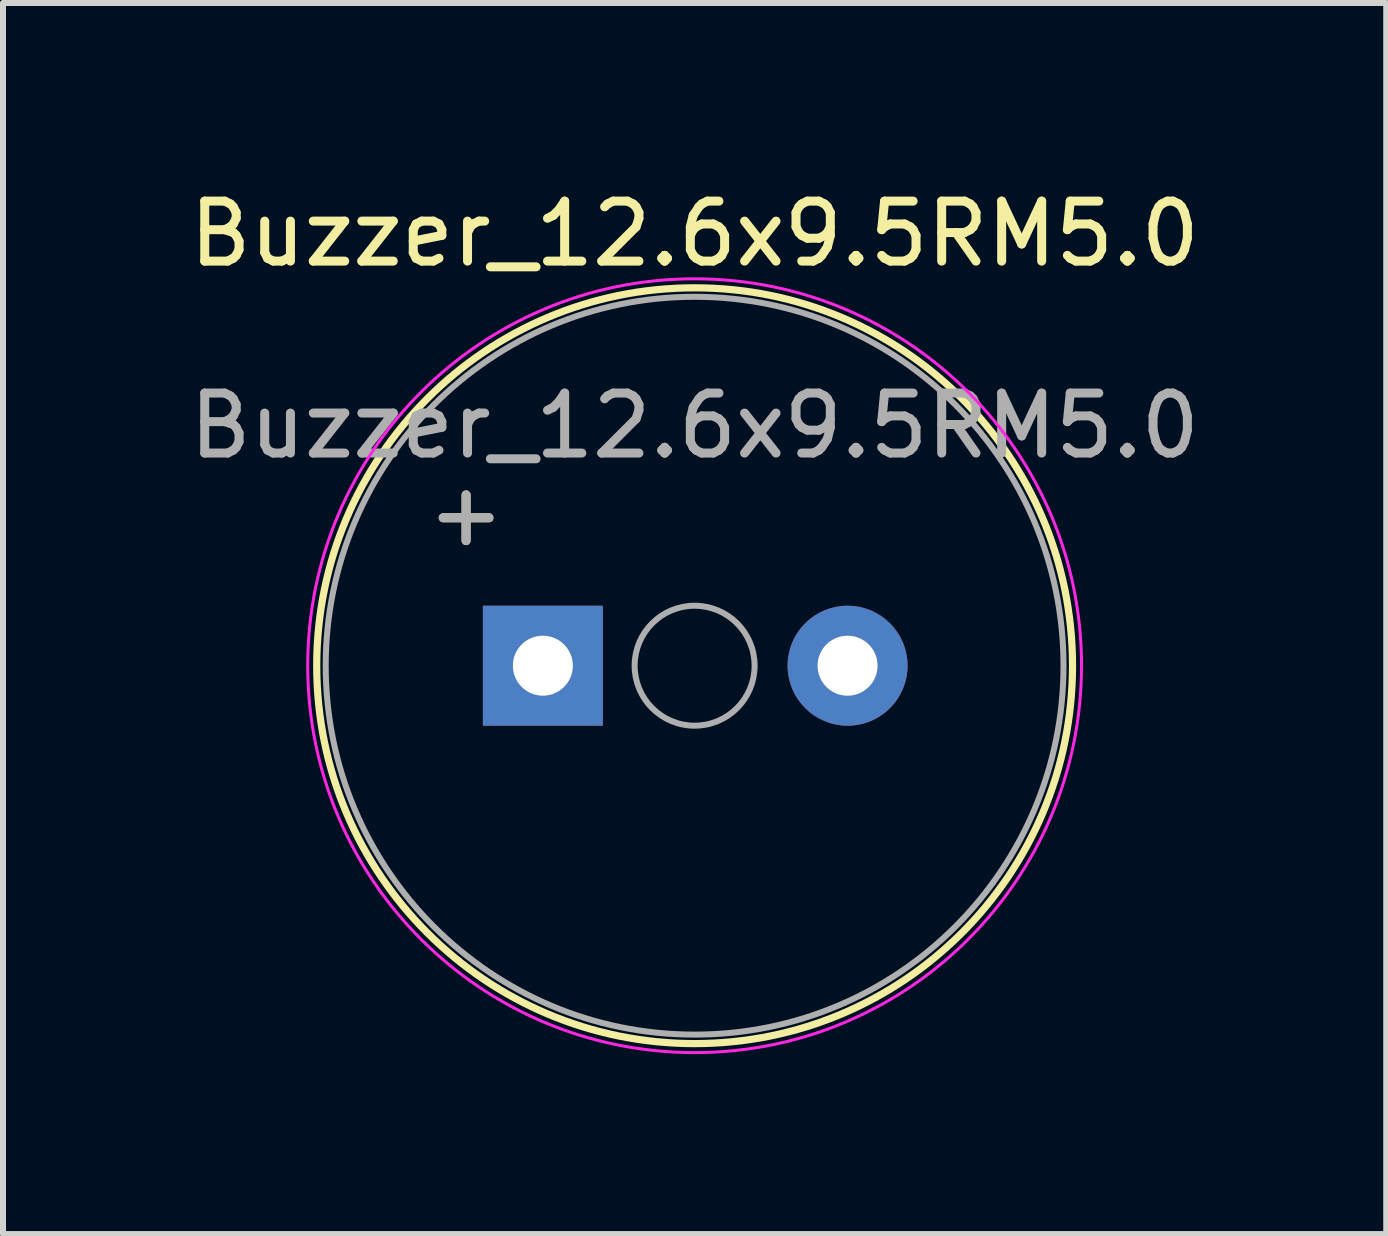
<source format=kicad_pcb>
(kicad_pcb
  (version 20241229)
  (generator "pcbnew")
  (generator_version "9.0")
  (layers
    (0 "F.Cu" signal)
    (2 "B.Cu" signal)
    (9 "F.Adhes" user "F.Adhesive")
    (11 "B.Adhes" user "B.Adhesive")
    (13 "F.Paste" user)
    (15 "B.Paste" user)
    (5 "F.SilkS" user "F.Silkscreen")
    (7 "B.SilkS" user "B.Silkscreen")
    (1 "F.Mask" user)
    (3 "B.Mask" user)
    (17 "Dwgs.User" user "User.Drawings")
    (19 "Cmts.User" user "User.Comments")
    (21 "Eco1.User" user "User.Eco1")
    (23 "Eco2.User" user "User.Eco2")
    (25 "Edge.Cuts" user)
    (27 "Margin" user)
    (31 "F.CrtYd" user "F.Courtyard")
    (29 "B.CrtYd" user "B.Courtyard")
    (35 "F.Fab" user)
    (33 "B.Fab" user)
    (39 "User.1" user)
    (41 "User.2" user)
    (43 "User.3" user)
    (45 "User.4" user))
  (footprint "Buzzer_12.6x9.5RM5.0"
    (layer "F.Cu")
    (at 4.73 8.048)
    (property "Reference" "Buzzer_12.6x9.5RM5.0" (at 3.8 -7.2 0) (layer "F.SilkS") (effects (font (size 1 1) (thickness 0.15))))
    (attr through_hole)
    (fp_circle (center 3.8 0) (end 10.1 0) (stroke (width 0.12) (type solid)) (fill no) (layer "F.SilkS"))
    (fp_circle (center 3.8 0) (end 10.25 0) (stroke (width 0.05) (type solid)) (fill no) (layer "F.CrtYd"))
    (fp_circle (center 3.8 0) (end 4.8 0) (stroke (width 0.1) (type solid)) (fill no) (layer "F.Fab"))
    (fp_circle (center 3.8 0) (end 9.95 0) (stroke (width 0.1) (type solid)) (fill no) (layer "F.Fab"))
    (fp_text user "+" (at -0.01 -2.54 0) (layer "F.SilkS") (effects (font (size 1 1) (thickness 0.15))))
    (fp_text user "${REFERENCE}" (at 3.8 -4 0) (layer "F.Fab") (effects (font (size 1 1) (thickness 0.15))))
    (fp_text user "+" (at -0.01 -2.54 0) (layer "F.Fab") (effects (font (size 1 1) (thickness 0.15))))
    (pad "1" thru_hole rect (at 1.27 0) (size 2 2) (drill 1) (layers "*.Cu" "*.Mask"))
    (pad "2" thru_hole circle (at 6.35 0) (size 2 2) (drill 1) (layers "*.Cu" "*.Mask")))
  (gr_rect
    (start -3 -3)
    (end 20.06 17.523)
    (stroke (width 0.1) (type default))
    (fill no)
    (layer "Edge.Cuts")))
</source>
